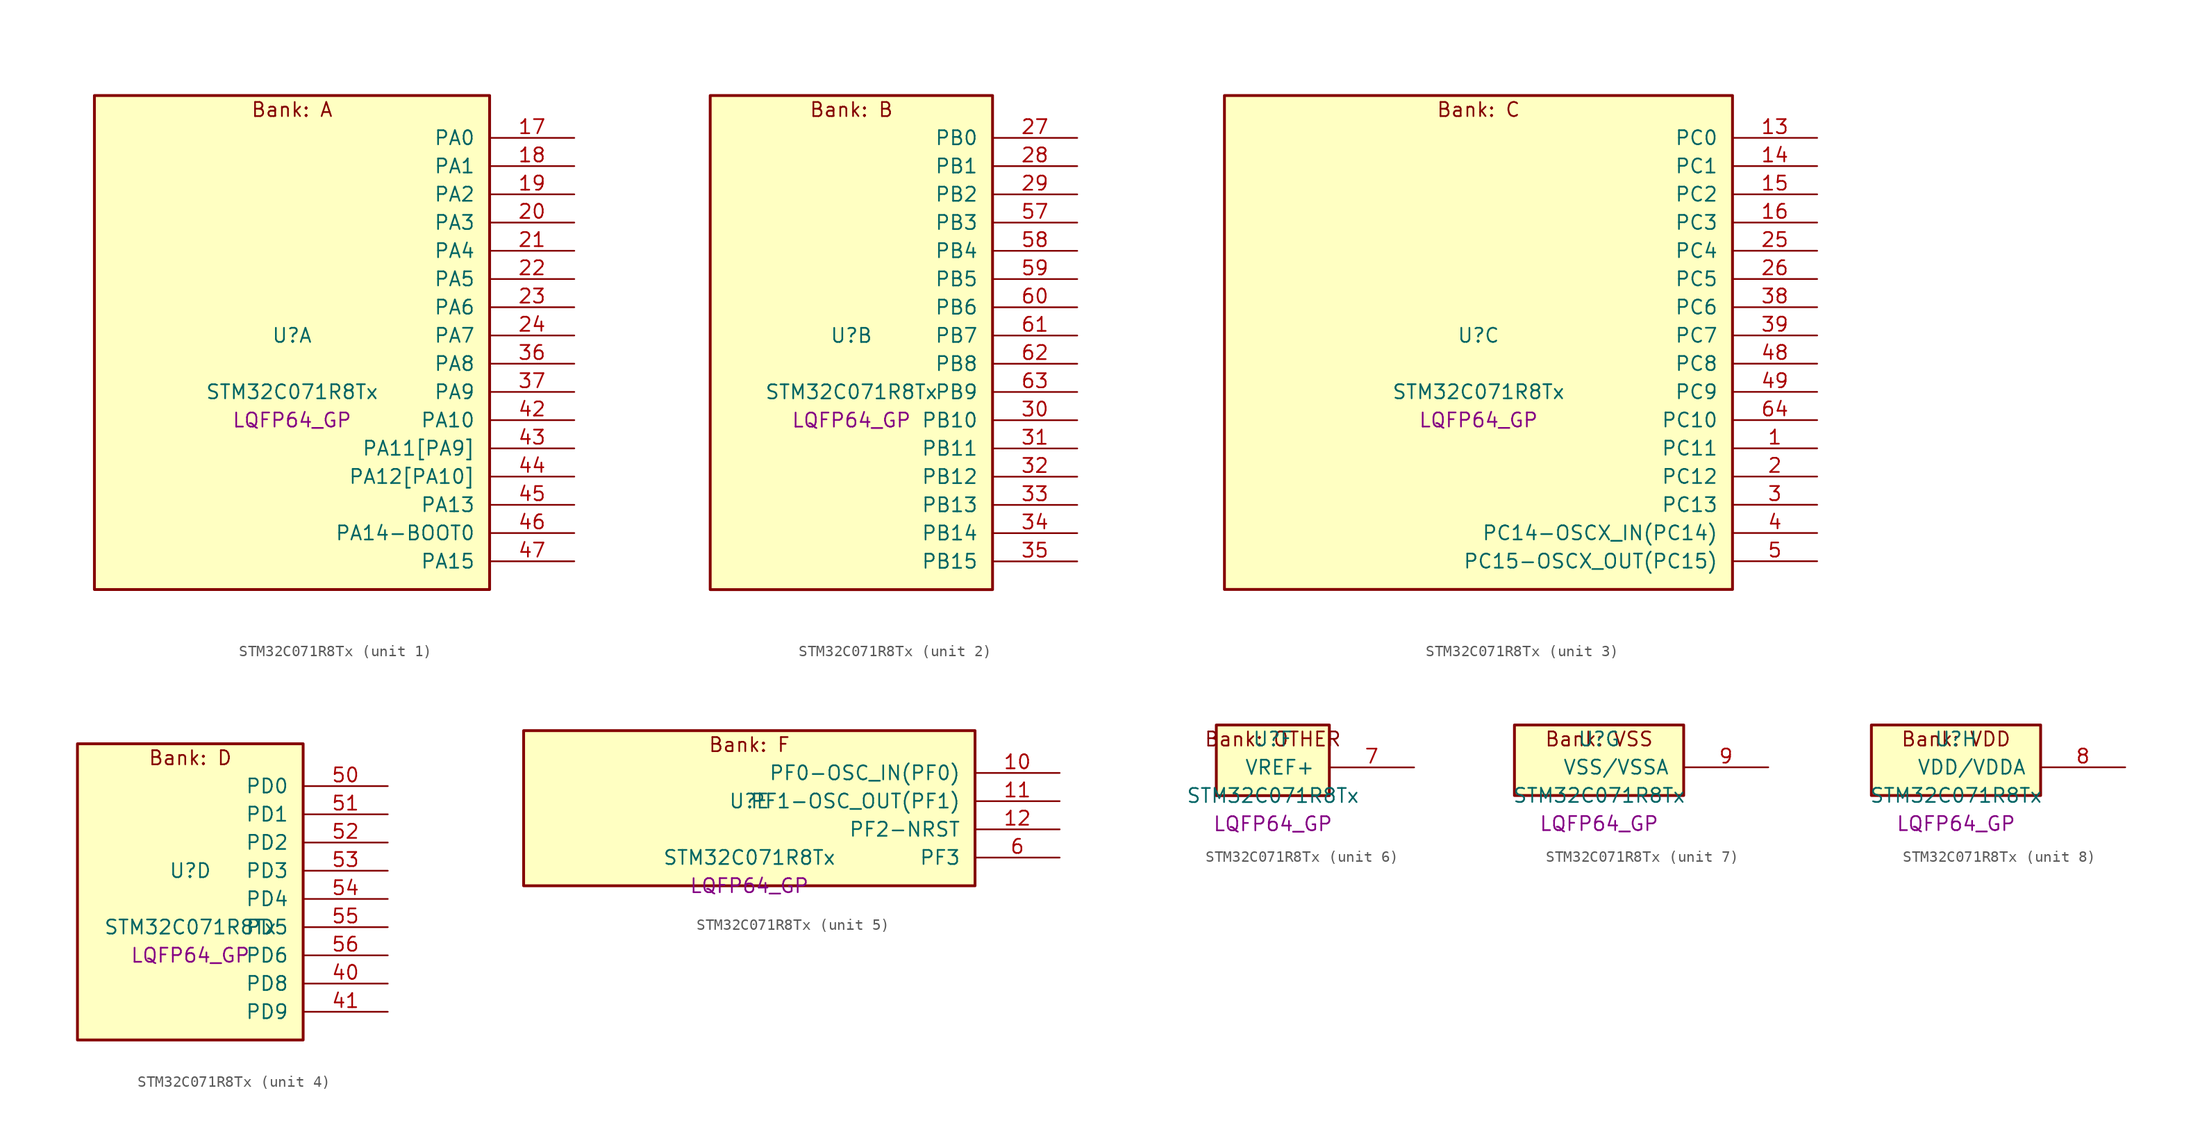
<source format=kicad_sym>
(kicad_symbol_lib
  (version 20241209)
  (generator "stm32_pkl_generator")
  (generator_version "1.0")
  (symbol "STM32C071R8Tx"
    (pin_names
      (offset 1.27))
    (property "Reference" "U"
      (at 0 2.54 0))
    (property "Value" "STM32C071R8Tx"
      (at 0 -2.54 0))
    (property "Footprint" "LQFP64_GP"
      (at 0 -5.08 0))
    (symbol "STM32C071R8Tx_1_1"
      (rectangle (start -17.78 24.13) (end 17.78 -20.32) (stroke (width 0.254) (type solid)) (fill (type background)))
      (text "Bank: A" (at 0 22.86 0))
      (pin bidirectional line (at 25.4 20.32 180) (length 7.62) (name "PA0") (number "17") (alternate "PA0/ADC1_IN0" bidirectional line) (alternate "PA0/PWR_WKUP1" bidirectional line) (alternate "PA0/SPI2_SCK" bidirectional line) (alternate "PA0/TIM16_CH1" bidirectional line) (alternate "PA0/TIM1_CH1" bidirectional line) (alternate "PA0/TIM2_CH1" bidirectional line) (alternate "PA0/TIM2_ETR" bidirectional line) (alternate "PA0/USART1_TX" bidirectional line) (alternate "PA0/USART2_CTS" bidirectional line) (alternate "PA0/USART2_NSS" bidirectional line))
      (pin bidirectional line (at 25.4 17.78 180) (length 7.62) (name "PA1") (number "18") (alternate "PA1/ADC1_IN1" bidirectional line) (alternate "PA1/I2C1_SMBA" bidirectional line) (alternate "PA1/I2S1_CK" bidirectional line) (alternate "PA1/SPI1_SCK" bidirectional line) (alternate "PA1/TIM17_CH1" bidirectional line) (alternate "PA1/TIM1_CH2" bidirectional line) (alternate "PA1/TIM2_CH2" bidirectional line) (alternate "PA1/USART1_RX" bidirectional line) (alternate "PA1/USART2_CK" bidirectional line) (alternate "PA1/USART2_DE" bidirectional line) (alternate "PA1/USART2_RTS" bidirectional line))
      (pin bidirectional line (at 25.4 15.24 180) (length 7.62) (name "PA2") (number "19") (alternate "PA2/ADC1_IN2" bidirectional line) (alternate "PA2/I2S1_SD" bidirectional line) (alternate "PA2/PWR_WKUP4" bidirectional line) (alternate "PA2/RCC_LSCO" bidirectional line) (alternate "PA2/SPI1_MOSI" bidirectional line) (alternate "PA2/TIM16_CH1N" bidirectional line) (alternate "PA2/TIM1_CH3" bidirectional line) (alternate "PA2/TIM2_CH3" bidirectional line) (alternate "PA2/TIM3_ETR" bidirectional line) (alternate "PA2/USART2_TX" bidirectional line))
      (pin bidirectional line (at 25.4 12.7 180) (length 7.62) (name "PA3") (number "20") (alternate "PA3/ADC1_IN3" bidirectional line) (alternate "PA3/SPI2_MISO" bidirectional line) (alternate "PA3/TIM1_CH1N" bidirectional line) (alternate "PA3/TIM1_CH4" bidirectional line) (alternate "PA3/TIM2_CH4" bidirectional line) (alternate "PA3/USART2_RX" bidirectional line))
      (pin bidirectional line (at 25.4 10.16 180) (length 7.62) (name "PA4") (number "21") (alternate "PA4/ADC1_IN4" bidirectional line) (alternate "PA4/I2S1_WS" bidirectional line) (alternate "PA4/RTC_OUT2" bidirectional line) (alternate "PA4/SPI1_NSS" bidirectional line) (alternate "PA4/SPI2_MOSI" bidirectional line) (alternate "PA4/TIM14_CH1" bidirectional line) (alternate "PA4/TIM17_CH1N" bidirectional line) (alternate "PA4/TIM1_CH2N" bidirectional line) (alternate "PA4/USART2_TX" bidirectional line) (alternate "PA4/USB_NOE" bidirectional line))
      (pin bidirectional line (at 25.4 7.62 180) (length 7.62) (name "PA5") (number "22") (alternate "PA5/ADC1_IN5" bidirectional line) (alternate "PA5/I2S1_CK" bidirectional line) (alternate "PA5/SPI1_SCK" bidirectional line) (alternate "PA5/TIM1_CH1" bidirectional line) (alternate "PA5/TIM1_CH3N" bidirectional line) (alternate "PA5/TIM2_CH1" bidirectional line) (alternate "PA5/TIM2_ETR" bidirectional line) (alternate "PA5/USART2_RX" bidirectional line))
      (pin bidirectional line (at 25.4 5.08 180) (length 7.62) (name "PA6") (number "23") (alternate "PA6/ADC1_IN6" bidirectional line) (alternate "PA6/I2C2_SDA" bidirectional line) (alternate "PA6/I2S1_MCK" bidirectional line) (alternate "PA6/SPI1_MISO" bidirectional line) (alternate "PA6/TIM16_CH1" bidirectional line) (alternate "PA6/TIM1_BKIN" bidirectional line) (alternate "PA6/TIM3_CH1" bidirectional line))
      (pin bidirectional line (at 25.4 2.54 180) (length 7.62) (name "PA7") (number "24") (alternate "PA7/ADC1_IN7" bidirectional line) (alternate "PA7/I2C2_SCL" bidirectional line) (alternate "PA7/I2S1_SD" bidirectional line) (alternate "PA7/SPI1_MOSI" bidirectional line) (alternate "PA7/TIM14_CH1" bidirectional line) (alternate "PA7/TIM17_CH1" bidirectional line) (alternate "PA7/TIM1_CH1N" bidirectional line) (alternate "PA7/TIM3_CH2" bidirectional line))
      (pin bidirectional line (at 25.4 0 180) (length 7.62) (name "PA8") (number "36") (alternate "PA8/ADC1_IN8" bidirectional line) (alternate "PA8/CRS_SYNC" bidirectional line) (alternate "PA8/I2S1_WS" bidirectional line) (alternate "PA8/RCC_MCO" bidirectional line) (alternate "PA8/RCC_MCO_2" bidirectional line) (alternate "PA8/SPI1_NSS" bidirectional line) (alternate "PA8/SPI2_MISO" bidirectional line) (alternate "PA8/SPI2_NSS" bidirectional line) (alternate "PA8/TIM14_CH1" bidirectional line) (alternate "PA8/TIM1_CH1" bidirectional line) (alternate "PA8/TIM1_CH2N" bidirectional line) (alternate "PA8/TIM1_CH3N" bidirectional line) (alternate "PA8/TIM3_CH3" bidirectional line) (alternate "PA8/TIM3_CH4" bidirectional line) (alternate "PA8/USART1_RX" bidirectional line) (alternate "PA8/USART2_TX" bidirectional line))
      (pin bidirectional line (at 25.4 -2.54 180) (length 7.62) (name "PA9") (number "37") (alternate "PA9/I2C1_SCL" bidirectional line) (alternate "PA9/I2C2_SCL" bidirectional line) (alternate "PA9/RCC_MCO" bidirectional line) (alternate "PA9/SPI2_MISO" bidirectional line) (alternate "PA9/TIM1_CH2" bidirectional line) (alternate "PA9/TIM3_ETR" bidirectional line) (alternate "PA9/USART1_TX" bidirectional line) (alternate "PA9/NC" bidirectional line))
      (pin bidirectional line (at 25.4 -5.08 180) (length 7.62) (name "PA10") (number "42") (alternate "PA10/I2C1_SDA" bidirectional line) (alternate "PA10/I2C2_SDA" bidirectional line) (alternate "PA10/RCC_MCO_2" bidirectional line) (alternate "PA10/SPI2_MOSI" bidirectional line) (alternate "PA10/TIM17_BKIN" bidirectional line) (alternate "PA10/TIM1_CH3" bidirectional line) (alternate "PA10/USART1_RX" bidirectional line) (alternate "PA10/NC" bidirectional line))
      (pin bidirectional line (at 25.4 -7.62 180) (length 7.62) (name "PA11[PA9]") (number "43") (alternate "PA11[PA9]/ADC1_EXTI11" bidirectional line) (alternate "PA11[PA9]/I2C2_SCL" bidirectional line) (alternate "PA11[PA9]/I2S1_MCK" bidirectional line) (alternate "PA11[PA9]/SPI1_MISO" bidirectional line) (alternate "PA11[PA9]/TIM1_BKIN2" bidirectional line) (alternate "PA11[PA9]/TIM1_CH4" bidirectional line) (alternate "PA11[PA9]/USART1_CTS" bidirectional line) (alternate "PA11[PA9]/USART1_NSS" bidirectional line) (alternate "PA11[PA9]/USB_DM" bidirectional line) (alternate "PA11[PA9]/PA9[PA11]" bidirectional line) (alternate "PA11[PA9]/I2C1_SCL" bidirectional line) (alternate "PA11[PA9]/RCC_MCO" bidirectional line) (alternate "PA11[PA9]/SPI2_MISO" bidirectional line) (alternate "PA11[PA9]/TIM1_CH2" bidirectional line) (alternate "PA11[PA9]/TIM3_ETR" bidirectional line) (alternate "PA11[PA9]/USART1_TX" bidirectional line))
      (pin bidirectional line (at 25.4 -10.16 180) (length 7.62) (name "PA12[PA10]") (number "44") (alternate "PA12[PA10]/I2C2_SDA" bidirectional line) (alternate "PA12[PA10]/I2S1_SD" bidirectional line) (alternate "PA12[PA10]/I2S_CKIN" bidirectional line) (alternate "PA12[PA10]/SPI1_MOSI" bidirectional line) (alternate "PA12[PA10]/TIM1_ETR" bidirectional line) (alternate "PA12[PA10]/USART1_CK" bidirectional line) (alternate "PA12[PA10]/USART1_DE" bidirectional line) (alternate "PA12[PA10]/USART1_RTS" bidirectional line) (alternate "PA12[PA10]/USB_DP" bidirectional line) (alternate "PA12[PA10]/PA10[PA12]" bidirectional line) (alternate "PA12[PA10]/I2C1_SDA" bidirectional line) (alternate "PA12[PA10]/RCC_MCO_2" bidirectional line) (alternate "PA12[PA10]/SPI2_MOSI" bidirectional line) (alternate "PA12[PA10]/TIM17_BKIN" bidirectional line) (alternate "PA12[PA10]/TIM1_CH3" bidirectional line) (alternate "PA12[PA10]/USART1_RX" bidirectional line))
      (pin bidirectional line (at 25.4 -12.7 180) (length 7.62) (name "PA13") (number "45") (alternate "PA13/ADC1_IN13" bidirectional line) (alternate "PA13/DEBUG_SWDIO" bidirectional line) (alternate "PA13/IR_OUT" bidirectional line) (alternate "PA13/TIM3_ETR" bidirectional line) (alternate "PA13/USART2_RX" bidirectional line) (alternate "PA13/USB_NOE" bidirectional line))
      (pin bidirectional line (at 25.4 -15.24 180) (length 7.62) (name "PA14-BOOT0") (number "46") (alternate "PA14-BOOT0/ADC1_IN14" bidirectional line) (alternate "PA14-BOOT0/DEBUG_SWCLK" bidirectional line) (alternate "PA14-BOOT0/I2S1_WS" bidirectional line) (alternate "PA14-BOOT0/RCC_MCO_2" bidirectional line) (alternate "PA14-BOOT0/SPI1_NSS" bidirectional line) (alternate "PA14-BOOT0/TIM1_CH1" bidirectional line) (alternate "PA14-BOOT0/USART1_CK" bidirectional line) (alternate "PA14-BOOT0/USART1_DE" bidirectional line) (alternate "PA14-BOOT0/USART1_RTS" bidirectional line) (alternate "PA14-BOOT0/USART2_RX" bidirectional line) (alternate "PA14-BOOT0/USART2_TX" bidirectional line))
      (pin bidirectional line (at 25.4 -17.78 180) (length 7.62) (name "PA15") (number "47") (alternate "PA15/I2S1_WS" bidirectional line) (alternate "PA15/RCC_MCO_2" bidirectional line) (alternate "PA15/SPI1_NSS" bidirectional line) (alternate "PA15/TIM1_CH1" bidirectional line) (alternate "PA15/TIM2_CH1" bidirectional line) (alternate "PA15/TIM2_ETR" bidirectional line) (alternate "PA15/USART1_CK" bidirectional line) (alternate "PA15/USART1_DE" bidirectional line) (alternate "PA15/USART1_RTS" bidirectional line) (alternate "PA15/USART2_RX" bidirectional line) (alternate "PA15/USB_NOE" bidirectional line)))
    (symbol "STM32C071R8Tx_2_1"
      (rectangle (start -12.7 24.13) (end 12.7 -20.32) (stroke (width 0.254) (type solid)) (fill (type background)))
      (text "Bank: B" (at 0 22.86 0))
      (pin bidirectional line (at 20.32 20.32 180) (length 7.62) (name "PB0") (number "27") (alternate "PB0/ADC1_IN17" bidirectional line) (alternate "PB0/I2S1_WS" bidirectional line) (alternate "PB0/SPI1_NSS" bidirectional line) (alternate "PB0/TIM1_CH2N" bidirectional line) (alternate "PB0/TIM3_CH3" bidirectional line))
      (pin bidirectional line (at 20.32 17.78 180) (length 7.62) (name "PB1") (number "28") (alternate "PB1/ADC1_IN18" bidirectional line) (alternate "PB1/TIM14_CH1" bidirectional line) (alternate "PB1/TIM1_CH2N" bidirectional line) (alternate "PB1/TIM1_CH3N" bidirectional line) (alternate "PB1/TIM3_CH4" bidirectional line))
      (pin bidirectional line (at 20.32 15.24 180) (length 7.62) (name "PB2") (number "29") (alternate "PB2/ADC1_IN19" bidirectional line) (alternate "PB2/RCC_MCO_2" bidirectional line) (alternate "PB2/SPI2_MISO" bidirectional line) (alternate "PB2/USART1_RX" bidirectional line))
      (pin bidirectional line (at 20.32 12.7 180) (length 7.62) (name "PB3") (number "57") (alternate "PB3/I2C2_SCL" bidirectional line) (alternate "PB3/I2S1_CK" bidirectional line) (alternate "PB3/SPI1_SCK" bidirectional line) (alternate "PB3/TIM1_CH2" bidirectional line) (alternate "PB3/TIM2_CH2" bidirectional line) (alternate "PB3/TIM3_CH2" bidirectional line) (alternate "PB3/USART1_CK" bidirectional line) (alternate "PB3/USART1_DE" bidirectional line) (alternate "PB3/USART1_RTS" bidirectional line))
      (pin bidirectional line (at 20.32 10.16 180) (length 7.62) (name "PB4") (number "58") (alternate "PB4/I2C2_SDA" bidirectional line) (alternate "PB4/I2S1_MCK" bidirectional line) (alternate "PB4/SPI1_MISO" bidirectional line) (alternate "PB4/TIM17_BKIN" bidirectional line) (alternate "PB4/TIM3_CH1" bidirectional line) (alternate "PB4/USART1_CTS" bidirectional line) (alternate "PB4/USART1_NSS" bidirectional line))
      (pin bidirectional line (at 20.32 7.62 180) (length 7.62) (name "PB5") (number "59") (alternate "PB5/I2C1_SMBA" bidirectional line) (alternate "PB5/I2S1_SD" bidirectional line) (alternate "PB5/PWR_WKUP6" bidirectional line) (alternate "PB5/SPI1_MOSI" bidirectional line) (alternate "PB5/TIM16_BKIN" bidirectional line) (alternate "PB5/TIM3_CH2" bidirectional line) (alternate "PB5/TIM3_CH3" bidirectional line))
      (pin bidirectional line (at 20.32 5.08 180) (length 7.62) (name "PB6") (number "60") (alternate "PB6/I2C1_SCL" bidirectional line) (alternate "PB6/I2C1_SMBA" bidirectional line) (alternate "PB6/I2S1_CK" bidirectional line) (alternate "PB6/I2S1_MCK" bidirectional line) (alternate "PB6/I2S1_SD" bidirectional line) (alternate "PB6/PWR_WKUP3" bidirectional line) (alternate "PB6/SPI1_MISO" bidirectional line) (alternate "PB6/SPI1_MOSI" bidirectional line) (alternate "PB6/SPI1_SCK" bidirectional line) (alternate "PB6/SPI2_MISO" bidirectional line) (alternate "PB6/TIM16_BKIN" bidirectional line) (alternate "PB6/TIM16_CH1N" bidirectional line) (alternate "PB6/TIM17_BKIN" bidirectional line) (alternate "PB6/TIM1_CH2" bidirectional line) (alternate "PB6/TIM1_CH3" bidirectional line) (alternate "PB6/TIM3_CH1" bidirectional line) (alternate "PB6/TIM3_CH2" bidirectional line) (alternate "PB6/TIM3_CH3" bidirectional line) (alternate "PB6/USART1_CTS" bidirectional line) (alternate "PB6/USART1_NSS" bidirectional line) (alternate "PB6/USART1_TX" bidirectional line))
      (pin bidirectional line (at 20.32 2.54 180) (length 7.62) (name "PB7") (number "61") (alternate "PB7/I2C1_SCL" bidirectional line) (alternate "PB7/I2C1_SDA" bidirectional line) (alternate "PB7/SPI2_MOSI" bidirectional line) (alternate "PB7/TIM16_CH1" bidirectional line) (alternate "PB7/TIM17_CH1N" bidirectional line) (alternate "PB7/TIM1_CH4" bidirectional line) (alternate "PB7/TIM3_CH1" bidirectional line) (alternate "PB7/TIM3_CH4" bidirectional line) (alternate "PB7/USART1_RX" bidirectional line) (alternate "PB7/USART2_CTS" bidirectional line) (alternate "PB7/USART2_NSS" bidirectional line))
      (pin bidirectional line (at 20.32 0 180) (length 7.62) (name "PB8") (number "62") (alternate "PB8/I2C1_SCL" bidirectional line) (alternate "PB8/SPI2_SCK" bidirectional line) (alternate "PB8/TIM16_CH1" bidirectional line) (alternate "PB8/TIM3_CH1" bidirectional line) (alternate "PB8/USART2_CTS" bidirectional line) (alternate "PB8/USART2_NSS" bidirectional line))
      (pin bidirectional line (at 20.32 -2.54 180) (length 7.62) (name "PB9") (number "63") (alternate "PB9/I2C1_SDA" bidirectional line) (alternate "PB9/IR_OUT" bidirectional line) (alternate "PB9/SPI2_NSS" bidirectional line) (alternate "PB9/TIM17_CH1" bidirectional line) (alternate "PB9/TIM3_CH2" bidirectional line) (alternate "PB9/USART2_CK" bidirectional line) (alternate "PB9/USART2_DE" bidirectional line) (alternate "PB9/USART2_RTS" bidirectional line))
      (pin bidirectional line (at 20.32 -5.08 180) (length 7.62) (name "PB10") (number "30") (alternate "PB10/ADC1_IN20" bidirectional line) (alternate "PB10/I2C2_SCL" bidirectional line) (alternate "PB10/SPI2_SCK" bidirectional line) (alternate "PB10/TIM2_CH3" bidirectional line))
      (pin bidirectional line (at 20.32 -7.62 180) (length 7.62) (name "PB11") (number "31") (alternate "PB11/ADC1_EXTI11" bidirectional line) (alternate "PB11/ADC1_IN21" bidirectional line) (alternate "PB11/I2C2_SDA" bidirectional line) (alternate "PB11/SPI2_MOSI" bidirectional line) (alternate "PB11/TIM2_CH4" bidirectional line))
      (pin bidirectional line (at 20.32 -10.16 180) (length 7.62) (name "PB12") (number "32") (alternate "PB12/ADC1_IN22" bidirectional line) (alternate "PB12/SPI2_NSS" bidirectional line) (alternate "PB12/TIM1_BKIN" bidirectional line) (alternate "PB12/TIM1_BKIN2" bidirectional line))
      (pin bidirectional line (at 20.32 -12.7 180) (length 7.62) (name "PB13") (number "33") (alternate "PB13/I2C2_SCL" bidirectional line) (alternate "PB13/SPI2_SCK" bidirectional line) (alternate "PB13/TIM1_CH1N" bidirectional line))
      (pin bidirectional line (at 20.32 -15.24 180) (length 7.62) (name "PB14") (number "34") (alternate "PB14/I2C2_SDA" bidirectional line) (alternate "PB14/SPI2_MISO" bidirectional line) (alternate "PB14/TIM1_CH2N" bidirectional line))
      (pin bidirectional line (at 20.32 -17.78 180) (length 7.62) (name "PB15") (number "35") (alternate "PB15/RTC_REFIN" bidirectional line) (alternate "PB15/SPI2_MOSI" bidirectional line) (alternate "PB15/TIM1_CH3N" bidirectional line)))
    (symbol "STM32C071R8Tx_3_1"
      (rectangle (start -22.86 24.13) (end 22.86 -20.32) (stroke (width 0.254) (type solid)) (fill (type background)))
      (text "Bank: C" (at 0 22.86 0))
      (pin bidirectional line (at 30.48 20.32 180) (length 7.62) (name "PC0") (number "13"))
      (pin bidirectional line (at 30.48 17.78 180) (length 7.62) (name "PC1") (number "14"))
      (pin bidirectional line (at 30.48 15.24 180) (length 7.62) (name "PC2") (number "15") (alternate "PC2/SPI2_MISO" bidirectional line))
      (pin bidirectional line (at 30.48 12.7 180) (length 7.62) (name "PC3") (number "16") (alternate "PC3/SPI2_MOSI" bidirectional line))
      (pin bidirectional line (at 30.48 10.16 180) (length 7.62) (name "PC4") (number "25") (alternate "PC4/ADC1_IN11" bidirectional line) (alternate "PC4/TIM2_CH1" bidirectional line) (alternate "PC4/TIM2_ETR" bidirectional line) (alternate "PC4/USART1_TX" bidirectional line))
      (pin bidirectional line (at 30.48 7.62 180) (length 7.62) (name "PC5") (number "26") (alternate "PC5/ADC1_IN12" bidirectional line) (alternate "PC5/PWR_WKUP5" bidirectional line) (alternate "PC5/TIM2_CH2" bidirectional line) (alternate "PC5/USART1_RX" bidirectional line))
      (pin bidirectional line (at 30.48 5.08 180) (length 7.62) (name "PC6") (number "38") (alternate "PC6/TIM2_CH3" bidirectional line) (alternate "PC6/TIM3_CH1" bidirectional line))
      (pin bidirectional line (at 30.48 2.54 180) (length 7.62) (name "PC7") (number "39") (alternate "PC7/TIM2_CH4" bidirectional line) (alternate "PC7/TIM3_CH2" bidirectional line))
      (pin bidirectional line (at 30.48 0 180) (length 7.62) (name "PC8") (number "48") (alternate "PC8/TIM1_CH1" bidirectional line) (alternate "PC8/TIM3_CH3" bidirectional line))
      (pin bidirectional line (at 30.48 -2.54 180) (length 7.62) (name "PC9") (number "49") (alternate "PC9/I2S_CKIN" bidirectional line) (alternate "PC9/TIM1_CH2" bidirectional line) (alternate "PC9/TIM3_CH4" bidirectional line) (alternate "PC9/USB_NOE" bidirectional line))
      (pin bidirectional line (at 30.48 -5.08 180) (length 7.62) (name "PC10") (number "64") (alternate "PC10/TIM1_CH3" bidirectional line))
      (pin bidirectional line (at 30.48 -7.62 180) (length 7.62) (name "PC11") (number "1") (alternate "PC11/ADC1_EXTI11" bidirectional line) (alternate "PC11/TIM1_CH4" bidirectional line))
      (pin bidirectional line (at 30.48 -10.16 180) (length 7.62) (name "PC12") (number "2") (alternate "PC12/TIM14_CH1" bidirectional line))
      (pin bidirectional line (at 30.48 -12.7 180) (length 7.62) (name "PC13") (number "3") (alternate "PC13/PWR_WKUP2" bidirectional line) (alternate "PC13/RTC_OUT1" bidirectional line) (alternate "PC13/RTC_TS" bidirectional line) (alternate "PC13/TIM1_BKIN" bidirectional line) (alternate "PC13/TIM1_ETR" bidirectional line))
      (pin bidirectional line (at 30.48 -15.24 180) (length 7.62) (name "PC14-OSCX_IN(PC14)") (number "4") (alternate "PC14-OSCX_IN(PC14)/I2C1_SDA" bidirectional line) (alternate "PC14-OSCX_IN(PC14)/IR_OUT" bidirectional line) (alternate "PC14-OSCX_IN(PC14)/RCC_OSCX_IN" bidirectional line) (alternate "PC14-OSCX_IN(PC14)/SPI2_NSS" bidirectional line) (alternate "PC14-OSCX_IN(PC14)/TIM17_CH1" bidirectional line) (alternate "PC14-OSCX_IN(PC14)/TIM1_BKIN2" bidirectional line) (alternate "PC14-OSCX_IN(PC14)/TIM1_ETR" bidirectional line) (alternate "PC14-OSCX_IN(PC14)/TIM3_CH2" bidirectional line) (alternate "PC14-OSCX_IN(PC14)/USART1_TX" bidirectional line) (alternate "PC14-OSCX_IN(PC14)/USART2_CK" bidirectional line) (alternate "PC14-OSCX_IN(PC14)/USART2_DE" bidirectional line) (alternate "PC14-OSCX_IN(PC14)/USART2_RTS" bidirectional line))
      (pin bidirectional line (at 30.48 -17.78 180) (length 7.62) (name "PC15-OSCX_OUT(PC15)") (number "5") (alternate "PC15-OSCX_OUT(PC15)/RCC_OSC32_EN" bidirectional line) (alternate "PC15-OSCX_OUT(PC15)/RCC_OSCX_OUT" bidirectional line) (alternate "PC15-OSCX_OUT(PC15)/RCC_OSC_EN" bidirectional line) (alternate "PC15-OSCX_OUT(PC15)/TIM1_ETR" bidirectional line) (alternate "PC15-OSCX_OUT(PC15)/TIM3_CH3" bidirectional line)))
    (symbol "STM32C071R8Tx_4_1"
      (rectangle (start -10.16 13.97) (end 10.16 -12.7) (stroke (width 0.254) (type solid)) (fill (type background)))
      (text "Bank: D" (at 0 12.7 0))
      (pin bidirectional line (at 17.78 10.16 180) (length 7.62) (name "PD0") (number "50") (alternate "PD0/SPI2_NSS" bidirectional line) (alternate "PD0/TIM16_CH1" bidirectional line))
      (pin bidirectional line (at 17.78 7.62 180) (length 7.62) (name "PD1") (number "51") (alternate "PD1/SPI2_SCK" bidirectional line) (alternate "PD1/TIM17_CH1" bidirectional line))
      (pin bidirectional line (at 17.78 5.08 180) (length 7.62) (name "PD2") (number "52") (alternate "PD2/TIM1_CH1N" bidirectional line) (alternate "PD2/TIM3_ETR" bidirectional line))
      (pin bidirectional line (at 17.78 2.54 180) (length 7.62) (name "PD3") (number "53") (alternate "PD3/SPI2_MISO" bidirectional line) (alternate "PD3/TIM1_CH2N" bidirectional line) (alternate "PD3/USART2_CTS" bidirectional line) (alternate "PD3/USART2_NSS" bidirectional line))
      (pin bidirectional line (at 17.78 0 180) (length 7.62) (name "PD4") (number "54") (alternate "PD4/SPI2_MOSI" bidirectional line) (alternate "PD4/TIM1_CH3N" bidirectional line) (alternate "PD4/USART2_CK" bidirectional line) (alternate "PD4/USART2_DE" bidirectional line) (alternate "PD4/USART2_RTS" bidirectional line))
      (pin bidirectional line (at 17.78 -2.54 180) (length 7.62) (name "PD5") (number "55") (alternate "PD5/I2S1_MCK" bidirectional line) (alternate "PD5/SPI1_MISO" bidirectional line) (alternate "PD5/TIM1_BKIN" bidirectional line) (alternate "PD5/USART2_TX" bidirectional line))
      (pin bidirectional line (at 17.78 -5.08 180) (length 7.62) (name "PD6") (number "56") (alternate "PD6/I2S1_SD" bidirectional line) (alternate "PD6/SPI1_MOSI" bidirectional line) (alternate "PD6/USART2_RX" bidirectional line))
      (pin bidirectional line (at 17.78 -7.62 180) (length 7.62) (name "PD8") (number "40") (alternate "PD8/I2S1_CK" bidirectional line) (alternate "PD8/SPI1_SCK" bidirectional line))
      (pin bidirectional line (at 17.78 -10.16 180) (length 7.62) (name "PD9") (number "41") (alternate "PD9/I2S1_WS" bidirectional line) (alternate "PD9/SPI1_NSS" bidirectional line) (alternate "PD9/TIM1_BKIN2" bidirectional line)))
    (symbol "STM32C071R8Tx_5_1"
      (rectangle (start -20.32 8.89) (end 20.32 -5.08) (stroke (width 0.254) (type solid)) (fill (type background)))
      (text "Bank: F" (at 0 7.62 0))
      (pin bidirectional line (at 27.94 5.08 180) (length 7.62) (name "PF0-OSC_IN(PF0)") (number "10") (alternate "PF0-OSC_IN(PF0)/CRS_SYNC" bidirectional line) (alternate "PF0-OSC_IN(PF0)/RCC_OSC_IN" bidirectional line) (alternate "PF0-OSC_IN(PF0)/TIM14_CH1" bidirectional line))
      (pin bidirectional line (at 27.94 2.54 180) (length 7.62) (name "PF1-OSC_OUT(PF1)") (number "11") (alternate "PF1-OSC_OUT(PF1)/RCC_OSC_EN" bidirectional line) (alternate "PF1-OSC_OUT(PF1)/RCC_OSC_OUT" bidirectional line))
      (pin bidirectional line (at 27.94 0 180) (length 7.62) (name "PF2-NRST") (number "12") (alternate "PF2-NRST/RCC_MCO" bidirectional line) (alternate "PF2-NRST/TIM1_CH4" bidirectional line))
      (pin bidirectional line (at 27.94 -2.54 180) (length 7.62) (name "PF3") (number "6")))
    (symbol "STM32C071R8Tx_6_1"
      (rectangle (start -5.08 3.81) (end 5.08 -2.54) (stroke (width 0.254) (type solid)) (fill (type background)))
      (text "Bank: OTHER" (at 0 2.54 0))
      (pin bidirectional line (at 12.7 0 180) (length 7.62) (name "VREF+") (number "7")))
    (symbol "STM32C071R8Tx_7_1"
      (rectangle (start -7.62 3.81) (end 7.62 -2.54) (stroke (width 0.254) (type solid)) (fill (type background)))
      (text "Bank: VSS" (at 0 2.54 0))
      (pin power_in line (at 15.24 0 180) (length 7.62) (name "VSS/VSSA") (number "9")))
    (symbol "STM32C071R8Tx_8_1"
      (rectangle (start -7.62 3.81) (end 7.62 -2.54) (stroke (width 0.254) (type solid)) (fill (type background)))
      (text "Bank: VDD" (at 0 2.54 0))
      (pin power_in line (at 15.24 0 180) (length 7.62) (name "VDD/VDDA") (number "8")))))
</source>
